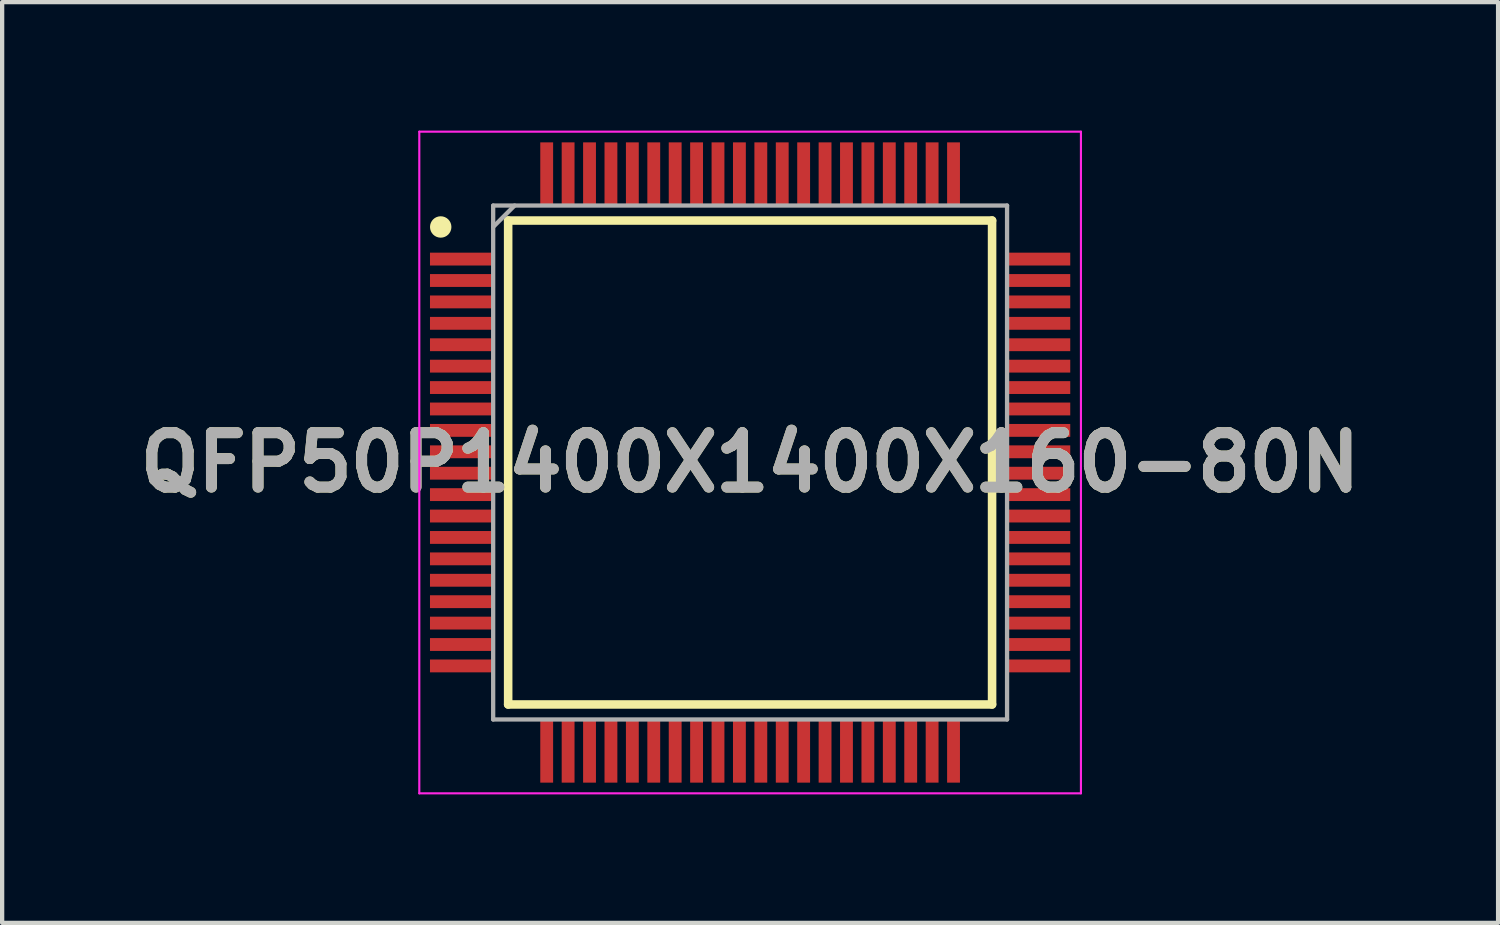
<source format=kicad_pcb>
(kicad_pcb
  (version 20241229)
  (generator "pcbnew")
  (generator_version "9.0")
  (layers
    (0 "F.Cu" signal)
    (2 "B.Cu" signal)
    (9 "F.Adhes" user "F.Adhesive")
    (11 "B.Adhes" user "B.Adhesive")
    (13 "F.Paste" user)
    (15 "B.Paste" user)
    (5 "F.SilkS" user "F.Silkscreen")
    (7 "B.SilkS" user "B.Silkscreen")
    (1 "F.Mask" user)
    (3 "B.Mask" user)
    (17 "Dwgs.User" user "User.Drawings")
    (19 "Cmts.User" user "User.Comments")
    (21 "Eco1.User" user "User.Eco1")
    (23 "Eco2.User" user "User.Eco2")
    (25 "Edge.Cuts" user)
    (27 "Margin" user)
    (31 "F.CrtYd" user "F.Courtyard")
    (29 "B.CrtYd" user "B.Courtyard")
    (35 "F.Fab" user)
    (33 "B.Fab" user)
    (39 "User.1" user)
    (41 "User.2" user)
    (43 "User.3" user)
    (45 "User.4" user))
  (footprint "QFP50P1400X1400X160-80N"
    (layer "F.Cu")
    (at 14.466 7.75)
    (property "Reference" "QFP50P1400X1400X160-80N" (at 0 0 0) (layer "F.SilkS") (effects (font (size 1.27 1.27) (thickness 0.254))))
    (attr smd)
    (fp_line (start -5.65 -5.65) (end 5.65 -5.65) (stroke (width 0.2) (type solid)) (layer "F.SilkS"))
    (fp_line (start -5.65 5.65) (end -5.65 -5.65) (stroke (width 0.2) (type solid)) (layer "F.SilkS"))
    (fp_line (start 5.65 -5.65) (end 5.65 5.65) (stroke (width 0.2) (type solid)) (layer "F.SilkS"))
    (fp_line (start 5.65 5.65) (end -5.65 5.65) (stroke (width 0.2) (type solid)) (layer "F.SilkS"))
    (fp_circle (center -7.225 -5.5) (end -7.225 -5.375) (stroke (width 0.25) (type solid)) (fill no) (layer "F.SilkS"))
    (fp_line (start -7.725 -7.725) (end 7.725 -7.725) (stroke (width 0.05) (type solid)) (layer "F.CrtYd"))
    (fp_line (start -7.725 7.725) (end -7.725 -7.725) (stroke (width 0.05) (type solid)) (layer "F.CrtYd"))
    (fp_line (start 7.725 -7.725) (end 7.725 7.725) (stroke (width 0.05) (type solid)) (layer "F.CrtYd"))
    (fp_line (start 7.725 7.725) (end -7.725 7.725) (stroke (width 0.05) (type solid)) (layer "F.CrtYd"))
    (fp_line (start -6 -6) (end 6 -6) (stroke (width 0.1) (type solid)) (layer "F.Fab"))
    (fp_line (start -6 -5.5) (end -5.5 -6) (stroke (width 0.1) (type solid)) (layer "F.Fab"))
    (fp_line (start -6 6) (end -6 -6) (stroke (width 0.1) (type solid)) (layer "F.Fab"))
    (fp_line (start 6 -6) (end 6 6) (stroke (width 0.1) (type solid)) (layer "F.Fab"))
    (fp_line (start 6 6) (end -6 6) (stroke (width 0.1) (type solid)) (layer "F.Fab"))
    (fp_text user "${REFERENCE}" (at 0 0 0) (layer "F.Fab") (effects (font (size 1.27 1.27) (thickness 0.254))))
    (pad "1" smd rect (at -6.738 -4.75 90) (size 0.3 1.475) (layers "F.Cu" "F.Mask" "F.Paste"))
    (pad "2" smd rect (at -6.738 -4.25 90) (size 0.3 1.475) (layers "F.Cu" "F.Mask" "F.Paste"))
    (pad "3" smd rect (at -6.738 -3.75 90) (size 0.3 1.475) (layers "F.Cu" "F.Mask" "F.Paste"))
    (pad "4" smd rect (at -6.738 -3.25 90) (size 0.3 1.475) (layers "F.Cu" "F.Mask" "F.Paste"))
    (pad "5" smd rect (at -6.738 -2.75 90) (size 0.3 1.475) (layers "F.Cu" "F.Mask" "F.Paste"))
    (pad "6" smd rect (at -6.738 -2.25 90) (size 0.3 1.475) (layers "F.Cu" "F.Mask" "F.Paste"))
    (pad "7" smd rect (at -6.738 -1.75 90) (size 0.3 1.475) (layers "F.Cu" "F.Mask" "F.Paste"))
    (pad "8" smd rect (at -6.738 -1.25 90) (size 0.3 1.475) (layers "F.Cu" "F.Mask" "F.Paste"))
    (pad "9" smd rect (at -6.738 -0.75 90) (size 0.3 1.475) (layers "F.Cu" "F.Mask" "F.Paste"))
    (pad "10" smd rect (at -6.738 -0.25 90) (size 0.3 1.475) (layers "F.Cu" "F.Mask" "F.Paste"))
    (pad "11" smd rect (at -6.738 0.25 90) (size 0.3 1.475) (layers "F.Cu" "F.Mask" "F.Paste"))
    (pad "12" smd rect (at -6.738 0.75 90) (size 0.3 1.475) (layers "F.Cu" "F.Mask" "F.Paste"))
    (pad "13" smd rect (at -6.738 1.25 90) (size 0.3 1.475) (layers "F.Cu" "F.Mask" "F.Paste"))
    (pad "14" smd rect (at -6.738 1.75 90) (size 0.3 1.475) (layers "F.Cu" "F.Mask" "F.Paste"))
    (pad "15" smd rect (at -6.738 2.25 90) (size 0.3 1.475) (layers "F.Cu" "F.Mask" "F.Paste"))
    (pad "16" smd rect (at -6.738 2.75 90) (size 0.3 1.475) (layers "F.Cu" "F.Mask" "F.Paste"))
    (pad "17" smd rect (at -6.738 3.25 90) (size 0.3 1.475) (layers "F.Cu" "F.Mask" "F.Paste"))
    (pad "18" smd rect (at -6.738 3.75 90) (size 0.3 1.475) (layers "F.Cu" "F.Mask" "F.Paste"))
    (pad "19" smd rect (at -6.738 4.25 90) (size 0.3 1.475) (layers "F.Cu" "F.Mask" "F.Paste"))
    (pad "20" smd rect (at -6.738 4.75 90) (size 0.3 1.475) (layers "F.Cu" "F.Mask" "F.Paste"))
    (pad "21" smd rect (at -4.75 6.738) (size 0.3 1.475) (layers "F.Cu" "F.Mask" "F.Paste"))
    (pad "22" smd rect (at -4.25 6.738) (size 0.3 1.475) (layers "F.Cu" "F.Mask" "F.Paste"))
    (pad "23" smd rect (at -3.75 6.738) (size 0.3 1.475) (layers "F.Cu" "F.Mask" "F.Paste"))
    (pad "24" smd rect (at -3.25 6.738) (size 0.3 1.475) (layers "F.Cu" "F.Mask" "F.Paste"))
    (pad "25" smd rect (at -2.75 6.738) (size 0.3 1.475) (layers "F.Cu" "F.Mask" "F.Paste"))
    (pad "26" smd rect (at -2.25 6.738) (size 0.3 1.475) (layers "F.Cu" "F.Mask" "F.Paste"))
    (pad "27" smd rect (at -1.75 6.738) (size 0.3 1.475) (layers "F.Cu" "F.Mask" "F.Paste"))
    (pad "28" smd rect (at -1.25 6.738) (size 0.3 1.475) (layers "F.Cu" "F.Mask" "F.Paste"))
    (pad "29" smd rect (at -0.75 6.738) (size 0.3 1.475) (layers "F.Cu" "F.Mask" "F.Paste"))
    (pad "30" smd rect (at -0.25 6.738) (size 0.3 1.475) (layers "F.Cu" "F.Mask" "F.Paste"))
    (pad "31" smd rect (at 0.25 6.738) (size 0.3 1.475) (layers "F.Cu" "F.Mask" "F.Paste"))
    (pad "32" smd rect (at 0.75 6.738) (size 0.3 1.475) (layers "F.Cu" "F.Mask" "F.Paste"))
    (pad "33" smd rect (at 1.25 6.738) (size 0.3 1.475) (layers "F.Cu" "F.Mask" "F.Paste"))
    (pad "34" smd rect (at 1.75 6.738) (size 0.3 1.475) (layers "F.Cu" "F.Mask" "F.Paste"))
    (pad "35" smd rect (at 2.25 6.738) (size 0.3 1.475) (layers "F.Cu" "F.Mask" "F.Paste"))
    (pad "36" smd rect (at 2.75 6.738) (size 0.3 1.475) (layers "F.Cu" "F.Mask" "F.Paste"))
    (pad "37" smd rect (at 3.25 6.738) (size 0.3 1.475) (layers "F.Cu" "F.Mask" "F.Paste"))
    (pad "38" smd rect (at 3.75 6.738) (size 0.3 1.475) (layers "F.Cu" "F.Mask" "F.Paste"))
    (pad "39" smd rect (at 4.25 6.738) (size 0.3 1.475) (layers "F.Cu" "F.Mask" "F.Paste"))
    (pad "40" smd rect (at 4.75 6.738) (size 0.3 1.475) (layers "F.Cu" "F.Mask" "F.Paste"))
    (pad "41" smd rect (at 6.738 4.75 90) (size 0.3 1.475) (layers "F.Cu" "F.Mask" "F.Paste"))
    (pad "42" smd rect (at 6.738 4.25 90) (size 0.3 1.475) (layers "F.Cu" "F.Mask" "F.Paste"))
    (pad "43" smd rect (at 6.738 3.75 90) (size 0.3 1.475) (layers "F.Cu" "F.Mask" "F.Paste"))
    (pad "44" smd rect (at 6.738 3.25 90) (size 0.3 1.475) (layers "F.Cu" "F.Mask" "F.Paste"))
    (pad "45" smd rect (at 6.738 2.75 90) (size 0.3 1.475) (layers "F.Cu" "F.Mask" "F.Paste"))
    (pad "46" smd rect (at 6.738 2.25 90) (size 0.3 1.475) (layers "F.Cu" "F.Mask" "F.Paste"))
    (pad "47" smd rect (at 6.738 1.75 90) (size 0.3 1.475) (layers "F.Cu" "F.Mask" "F.Paste"))
    (pad "48" smd rect (at 6.738 1.25 90) (size 0.3 1.475) (layers "F.Cu" "F.Mask" "F.Paste"))
    (pad "49" smd rect (at 6.738 0.75 90) (size 0.3 1.475) (layers "F.Cu" "F.Mask" "F.Paste"))
    (pad "50" smd rect (at 6.738 0.25 90) (size 0.3 1.475) (layers "F.Cu" "F.Mask" "F.Paste"))
    (pad "51" smd rect (at 6.738 -0.25 90) (size 0.3 1.475) (layers "F.Cu" "F.Mask" "F.Paste"))
    (pad "52" smd rect (at 6.738 -0.75 90) (size 0.3 1.475) (layers "F.Cu" "F.Mask" "F.Paste"))
    (pad "53" smd rect (at 6.738 -1.25 90) (size 0.3 1.475) (layers "F.Cu" "F.Mask" "F.Paste"))
    (pad "54" smd rect (at 6.738 -1.75 90) (size 0.3 1.475) (layers "F.Cu" "F.Mask" "F.Paste"))
    (pad "55" smd rect (at 6.738 -2.25 90) (size 0.3 1.475) (layers "F.Cu" "F.Mask" "F.Paste"))
    (pad "56" smd rect (at 6.738 -2.75 90) (size 0.3 1.475) (layers "F.Cu" "F.Mask" "F.Paste"))
    (pad "57" smd rect (at 6.738 -3.25 90) (size 0.3 1.475) (layers "F.Cu" "F.Mask" "F.Paste"))
    (pad "58" smd rect (at 6.738 -3.75 90) (size 0.3 1.475) (layers "F.Cu" "F.Mask" "F.Paste"))
    (pad "59" smd rect (at 6.738 -4.25 90) (size 0.3 1.475) (layers "F.Cu" "F.Mask" "F.Paste"))
    (pad "60" smd rect (at 6.738 -4.75 90) (size 0.3 1.475) (layers "F.Cu" "F.Mask" "F.Paste"))
    (pad "61" smd rect (at 4.75 -6.738) (size 0.3 1.475) (layers "F.Cu" "F.Mask" "F.Paste"))
    (pad "62" smd rect (at 4.25 -6.738) (size 0.3 1.475) (layers "F.Cu" "F.Mask" "F.Paste"))
    (pad "63" smd rect (at 3.75 -6.738) (size 0.3 1.475) (layers "F.Cu" "F.Mask" "F.Paste"))
    (pad "64" smd rect (at 3.25 -6.738) (size 0.3 1.475) (layers "F.Cu" "F.Mask" "F.Paste"))
    (pad "65" smd rect (at 2.75 -6.738) (size 0.3 1.475) (layers "F.Cu" "F.Mask" "F.Paste"))
    (pad "66" smd rect (at 2.25 -6.738) (size 0.3 1.475) (layers "F.Cu" "F.Mask" "F.Paste"))
    (pad "67" smd rect (at 1.75 -6.738) (size 0.3 1.475) (layers "F.Cu" "F.Mask" "F.Paste"))
    (pad "68" smd rect (at 1.25 -6.738) (size 0.3 1.475) (layers "F.Cu" "F.Mask" "F.Paste"))
    (pad "69" smd rect (at 0.75 -6.738) (size 0.3 1.475) (layers "F.Cu" "F.Mask" "F.Paste"))
    (pad "70" smd rect (at 0.25 -6.738) (size 0.3 1.475) (layers "F.Cu" "F.Mask" "F.Paste"))
    (pad "71" smd rect (at -0.25 -6.738) (size 0.3 1.475) (layers "F.Cu" "F.Mask" "F.Paste"))
    (pad "72" smd rect (at -0.75 -6.738) (size 0.3 1.475) (layers "F.Cu" "F.Mask" "F.Paste"))
    (pad "73" smd rect (at -1.25 -6.738) (size 0.3 1.475) (layers "F.Cu" "F.Mask" "F.Paste"))
    (pad "74" smd rect (at -1.75 -6.738) (size 0.3 1.475) (layers "F.Cu" "F.Mask" "F.Paste"))
    (pad "75" smd rect (at -2.25 -6.738) (size 0.3 1.475) (layers "F.Cu" "F.Mask" "F.Paste"))
    (pad "76" smd rect (at -2.75 -6.738) (size 0.3 1.475) (layers "F.Cu" "F.Mask" "F.Paste"))
    (pad "77" smd rect (at -3.25 -6.738) (size 0.3 1.475) (layers "F.Cu" "F.Mask" "F.Paste"))
    (pad "78" smd rect (at -3.75 -6.738) (size 0.3 1.475) (layers "F.Cu" "F.Mask" "F.Paste"))
    (pad "79" smd rect (at -4.25 -6.738) (size 0.3 1.475) (layers "F.Cu" "F.Mask" "F.Paste"))
    (pad "80" smd rect (at -4.75 -6.738) (size 0.3 1.475) (layers "F.Cu" "F.Mask" "F.Paste")))
  (gr_rect
    (start -3 -3)
    (end 31.932 18.5)
    (stroke (width 0.1) (type default))
    (fill no)
    (layer "Edge.Cuts")))
</source>
